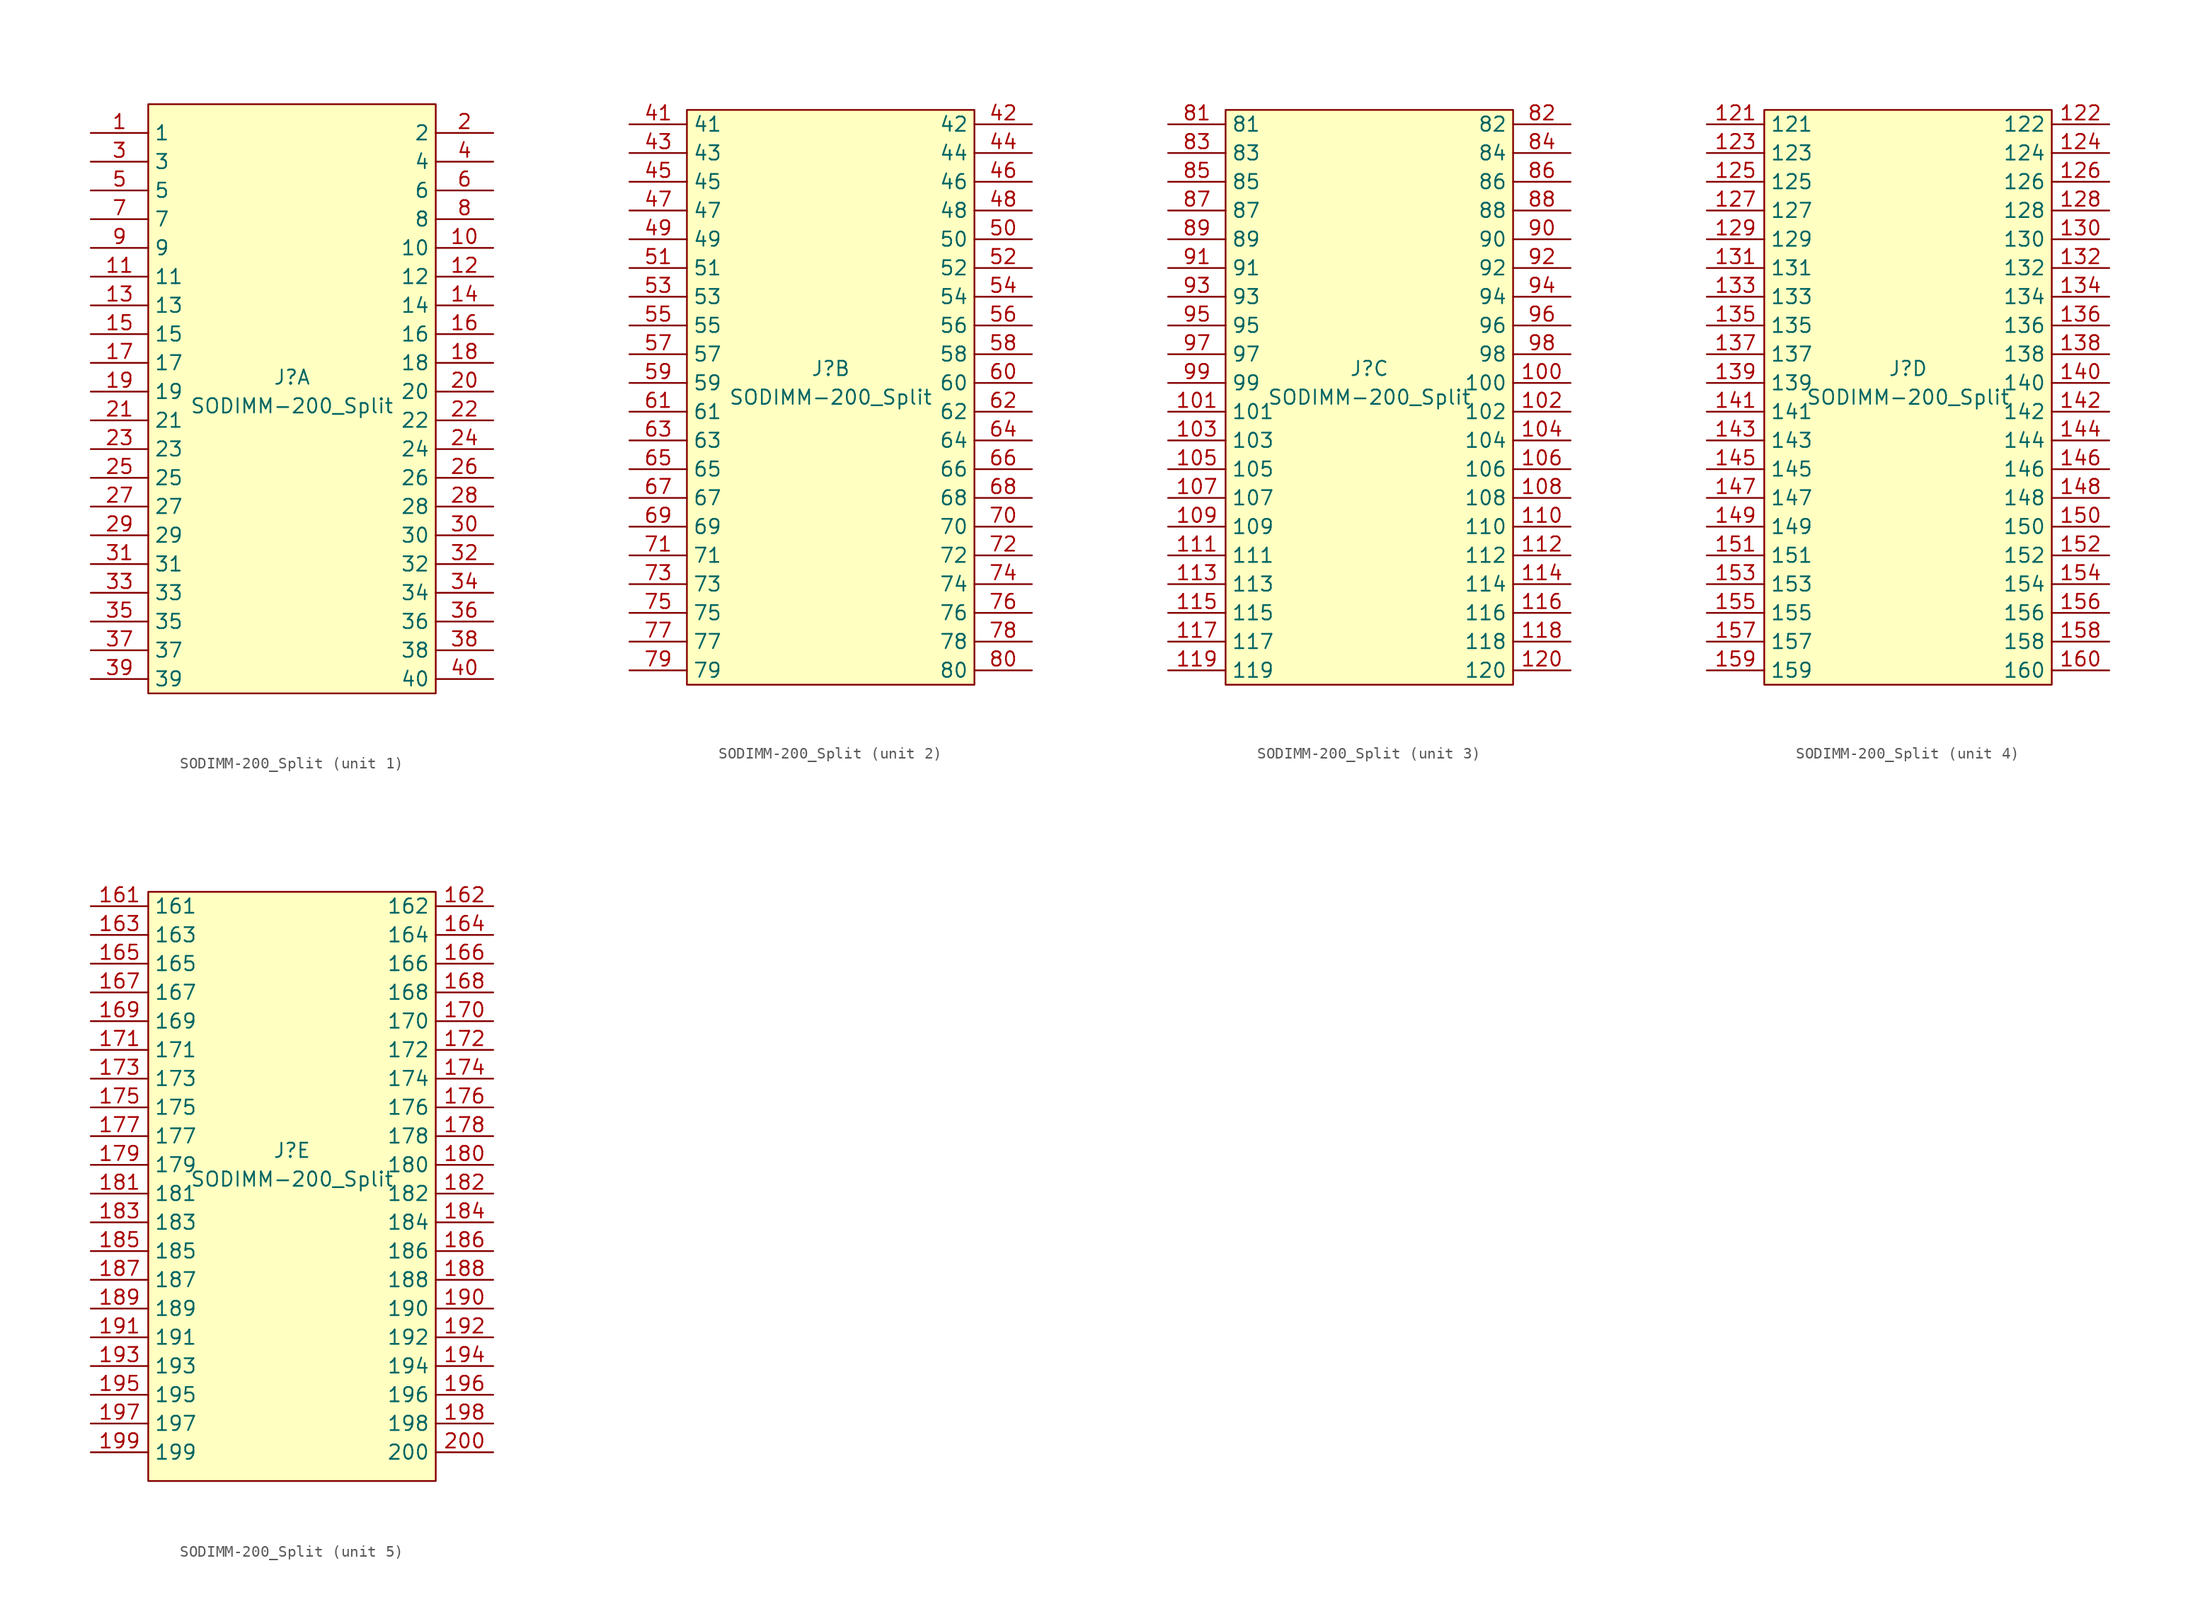
<source format=kicad_sym>
(kicad_symbol_lib
  (version 20241209)
  (generator "kicad_symbol_editor")
  (generator_version "9.0")
  (symbol "SODIMM-200_Split"
    (property "Reference" "J"
      (at 0 1.27 0)
      (effects (font (size 1.27 1.27))))
    (property "Value" "SODIMM-200_Split"
      (at 0 -1.27 0)
      (effects (font (size 1.27 1.27))))
    (property "ki_locked" ""
      (at 0 0 0)
      (effects (font (size 1.27 1.27))))
    (symbol "SODIMM-200_Split_1_1"
      (rectangle (start -12.7 25.4) (end 12.7 -26.67) (stroke (width 0) (type default)) (fill (type background)))
      (pin passive line (at -17.78 22.86 0) (length 5.08) (name "1" (effects (font (size 1.27 1.27)))) (number "1" (effects (font (size 1.27 1.27)))))
      (pin passive line (at -17.78 20.32 0) (length 5.08) (name "3" (effects (font (size 1.27 1.27)))) (number "3" (effects (font (size 1.27 1.27)))))
      (pin passive line (at -17.78 17.78 0) (length 5.08) (name "5" (effects (font (size 1.27 1.27)))) (number "5" (effects (font (size 1.27 1.27)))))
      (pin passive line (at -17.78 15.24 0) (length 5.08) (name "7" (effects (font (size 1.27 1.27)))) (number "7" (effects (font (size 1.27 1.27)))))
      (pin passive line (at -17.78 12.7 0) (length 5.08) (name "9" (effects (font (size 1.27 1.27)))) (number "9" (effects (font (size 1.27 1.27)))))
      (pin passive line (at -17.78 10.16 0) (length 5.08) (name "11" (effects (font (size 1.27 1.27)))) (number "11" (effects (font (size 1.27 1.27)))))
      (pin passive line (at -17.78 7.62 0) (length 5.08) (name "13" (effects (font (size 1.27 1.27)))) (number "13" (effects (font (size 1.27 1.27)))))
      (pin passive line (at -17.78 5.08 0) (length 5.08) (name "15" (effects (font (size 1.27 1.27)))) (number "15" (effects (font (size 1.27 1.27)))))
      (pin passive line (at -17.78 2.54 0) (length 5.08) (name "17" (effects (font (size 1.27 1.27)))) (number "17" (effects (font (size 1.27 1.27)))))
      (pin passive line (at -17.78 0 0) (length 5.08) (name "19" (effects (font (size 1.27 1.27)))) (number "19" (effects (font (size 1.27 1.27)))))
      (pin passive line (at -17.78 -2.54 0) (length 5.08) (name "21" (effects (font (size 1.27 1.27)))) (number "21" (effects (font (size 1.27 1.27)))))
      (pin passive line (at -17.78 -5.08 0) (length 5.08) (name "23" (effects (font (size 1.27 1.27)))) (number "23" (effects (font (size 1.27 1.27)))))
      (pin passive line (at -17.78 -7.62 0) (length 5.08) (name "25" (effects (font (size 1.27 1.27)))) (number "25" (effects (font (size 1.27 1.27)))))
      (pin passive line (at -17.78 -10.16 0) (length 5.08) (name "27" (effects (font (size 1.27 1.27)))) (number "27" (effects (font (size 1.27 1.27)))))
      (pin passive line (at -17.78 -12.7 0) (length 5.08) (name "29" (effects (font (size 1.27 1.27)))) (number "29" (effects (font (size 1.27 1.27)))))
      (pin passive line (at -17.78 -15.24 0) (length 5.08) (name "31" (effects (font (size 1.27 1.27)))) (number "31" (effects (font (size 1.27 1.27)))))
      (pin passive line (at -17.78 -17.78 0) (length 5.08) (name "33" (effects (font (size 1.27 1.27)))) (number "33" (effects (font (size 1.27 1.27)))))
      (pin passive line (at -17.78 -20.32 0) (length 5.08) (name "35" (effects (font (size 1.27 1.27)))) (number "35" (effects (font (size 1.27 1.27)))))
      (pin passive line (at -17.78 -22.86 0) (length 5.08) (name "37" (effects (font (size 1.27 1.27)))) (number "37" (effects (font (size 1.27 1.27)))))
      (pin passive line (at -17.78 -25.4 0) (length 5.08) (name "39" (effects (font (size 1.27 1.27)))) (number "39" (effects (font (size 1.27 1.27)))))
      (pin passive line (at 17.78 22.86 180) (length 5.08) (name "2" (effects (font (size 1.27 1.27)))) (number "2" (effects (font (size 1.27 1.27)))))
      (pin passive line (at 17.78 20.32 180) (length 5.08) (name "4" (effects (font (size 1.27 1.27)))) (number "4" (effects (font (size 1.27 1.27)))))
      (pin passive line (at 17.78 17.78 180) (length 5.08) (name "6" (effects (font (size 1.27 1.27)))) (number "6" (effects (font (size 1.27 1.27)))))
      (pin passive line (at 17.78 15.24 180) (length 5.08) (name "8" (effects (font (size 1.27 1.27)))) (number "8" (effects (font (size 1.27 1.27)))))
      (pin passive line (at 17.78 12.7 180) (length 5.08) (name "10" (effects (font (size 1.27 1.27)))) (number "10" (effects (font (size 1.27 1.27)))))
      (pin passive line (at 17.78 10.16 180) (length 5.08) (name "12" (effects (font (size 1.27 1.27)))) (number "12" (effects (font (size 1.27 1.27)))))
      (pin passive line (at 17.78 7.62 180) (length 5.08) (name "14" (effects (font (size 1.27 1.27)))) (number "14" (effects (font (size 1.27 1.27)))))
      (pin passive line (at 17.78 5.08 180) (length 5.08) (name "16" (effects (font (size 1.27 1.27)))) (number "16" (effects (font (size 1.27 1.27)))))
      (pin passive line (at 17.78 2.54 180) (length 5.08) (name "18" (effects (font (size 1.27 1.27)))) (number "18" (effects (font (size 1.27 1.27)))))
      (pin passive line (at 17.78 0 180) (length 5.08) (name "20" (effects (font (size 1.27 1.27)))) (number "20" (effects (font (size 1.27 1.27)))))
      (pin passive line (at 17.78 -2.54 180) (length 5.08) (name "22" (effects (font (size 1.27 1.27)))) (number "22" (effects (font (size 1.27 1.27)))))
      (pin passive line (at 17.78 -5.08 180) (length 5.08) (name "24" (effects (font (size 1.27 1.27)))) (number "24" (effects (font (size 1.27 1.27)))))
      (pin passive line (at 17.78 -7.62 180) (length 5.08) (name "26" (effects (font (size 1.27 1.27)))) (number "26" (effects (font (size 1.27 1.27)))))
      (pin passive line (at 17.78 -10.16 180) (length 5.08) (name "28" (effects (font (size 1.27 1.27)))) (number "28" (effects (font (size 1.27 1.27)))))
      (pin passive line (at 17.78 -12.7 180) (length 5.08) (name "30" (effects (font (size 1.27 1.27)))) (number "30" (effects (font (size 1.27 1.27)))))
      (pin passive line (at 17.78 -15.24 180) (length 5.08) (name "32" (effects (font (size 1.27 1.27)))) (number "32" (effects (font (size 1.27 1.27)))))
      (pin passive line (at 17.78 -17.78 180) (length 5.08) (name "34" (effects (font (size 1.27 1.27)))) (number "34" (effects (font (size 1.27 1.27)))))
      (pin passive line (at 17.78 -20.32 180) (length 5.08) (name "36" (effects (font (size 1.27 1.27)))) (number "36" (effects (font (size 1.27 1.27)))))
      (pin passive line (at 17.78 -22.86 180) (length 5.08) (name "38" (effects (font (size 1.27 1.27)))) (number "38" (effects (font (size 1.27 1.27)))))
      (pin passive line (at 17.78 -25.4 180) (length 5.08) (name "40" (effects (font (size 1.27 1.27)))) (number "40" (effects (font (size 1.27 1.27))))))
    (symbol "SODIMM-200_Split_2_1"
      (rectangle (start -12.7 -26.67) (end 12.7 24.13) (stroke (width 0) (type default)) (fill (type background)))
      (pin passive line (at -17.78 22.86 0) (length 5.08) (name "41" (effects (font (size 1.27 1.27)))) (number "41" (effects (font (size 1.27 1.27)))))
      (pin passive line (at -17.78 20.32 0) (length 5.08) (name "43" (effects (font (size 1.27 1.27)))) (number "43" (effects (font (size 1.27 1.27)))))
      (pin passive line (at -17.78 17.78 0) (length 5.08) (name "45" (effects (font (size 1.27 1.27)))) (number "45" (effects (font (size 1.27 1.27)))))
      (pin passive line (at -17.78 15.24 0) (length 5.08) (name "47" (effects (font (size 1.27 1.27)))) (number "47" (effects (font (size 1.27 1.27)))))
      (pin passive line (at -17.78 12.7 0) (length 5.08) (name "49" (effects (font (size 1.27 1.27)))) (number "49" (effects (font (size 1.27 1.27)))))
      (pin passive line (at -17.78 10.16 0) (length 5.08) (name "51" (effects (font (size 1.27 1.27)))) (number "51" (effects (font (size 1.27 1.27)))))
      (pin passive line (at -17.78 7.62 0) (length 5.08) (name "53" (effects (font (size 1.27 1.27)))) (number "53" (effects (font (size 1.27 1.27)))))
      (pin passive line (at -17.78 5.08 0) (length 5.08) (name "55" (effects (font (size 1.27 1.27)))) (number "55" (effects (font (size 1.27 1.27)))))
      (pin passive line (at -17.78 2.54 0) (length 5.08) (name "57" (effects (font (size 1.27 1.27)))) (number "57" (effects (font (size 1.27 1.27)))))
      (pin passive line (at -17.78 0 0) (length 5.08) (name "59" (effects (font (size 1.27 1.27)))) (number "59" (effects (font (size 1.27 1.27)))))
      (pin passive line (at -17.78 -2.54 0) (length 5.08) (name "61" (effects (font (size 1.27 1.27)))) (number "61" (effects (font (size 1.27 1.27)))))
      (pin passive line (at -17.78 -5.08 0) (length 5.08) (name "63" (effects (font (size 1.27 1.27)))) (number "63" (effects (font (size 1.27 1.27)))))
      (pin passive line (at -17.78 -7.62 0) (length 5.08) (name "65" (effects (font (size 1.27 1.27)))) (number "65" (effects (font (size 1.27 1.27)))))
      (pin passive line (at -17.78 -10.16 0) (length 5.08) (name "67" (effects (font (size 1.27 1.27)))) (number "67" (effects (font (size 1.27 1.27)))))
      (pin passive line (at -17.78 -12.7 0) (length 5.08) (name "69" (effects (font (size 1.27 1.27)))) (number "69" (effects (font (size 1.27 1.27)))))
      (pin passive line (at -17.78 -15.24 0) (length 5.08) (name "71" (effects (font (size 1.27 1.27)))) (number "71" (effects (font (size 1.27 1.27)))))
      (pin passive line (at -17.78 -17.78 0) (length 5.08) (name "73" (effects (font (size 1.27 1.27)))) (number "73" (effects (font (size 1.27 1.27)))))
      (pin passive line (at -17.78 -20.32 0) (length 5.08) (name "75" (effects (font (size 1.27 1.27)))) (number "75" (effects (font (size 1.27 1.27)))))
      (pin passive line (at -17.78 -22.86 0) (length 5.08) (name "77" (effects (font (size 1.27 1.27)))) (number "77" (effects (font (size 1.27 1.27)))))
      (pin passive line (at -17.78 -25.4 0) (length 5.08) (name "79" (effects (font (size 1.27 1.27)))) (number "79" (effects (font (size 1.27 1.27)))))
      (pin passive line (at 17.78 22.86 180) (length 5.08) (name "42" (effects (font (size 1.27 1.27)))) (number "42" (effects (font (size 1.27 1.27)))))
      (pin passive line (at 17.78 20.32 180) (length 5.08) (name "44" (effects (font (size 1.27 1.27)))) (number "44" (effects (font (size 1.27 1.27)))))
      (pin passive line (at 17.78 17.78 180) (length 5.08) (name "46" (effects (font (size 1.27 1.27)))) (number "46" (effects (font (size 1.27 1.27)))))
      (pin passive line (at 17.78 15.24 180) (length 5.08) (name "48" (effects (font (size 1.27 1.27)))) (number "48" (effects (font (size 1.27 1.27)))))
      (pin passive line (at 17.78 12.7 180) (length 5.08) (name "50" (effects (font (size 1.27 1.27)))) (number "50" (effects (font (size 1.27 1.27)))))
      (pin passive line (at 17.78 10.16 180) (length 5.08) (name "52" (effects (font (size 1.27 1.27)))) (number "52" (effects (font (size 1.27 1.27)))))
      (pin passive line (at 17.78 7.62 180) (length 5.08) (name "54" (effects (font (size 1.27 1.27)))) (number "54" (effects (font (size 1.27 1.27)))))
      (pin passive line (at 17.78 5.08 180) (length 5.08) (name "56" (effects (font (size 1.27 1.27)))) (number "56" (effects (font (size 1.27 1.27)))))
      (pin passive line (at 17.78 2.54 180) (length 5.08) (name "58" (effects (font (size 1.27 1.27)))) (number "58" (effects (font (size 1.27 1.27)))))
      (pin passive line (at 17.78 0 180) (length 5.08) (name "60" (effects (font (size 1.27 1.27)))) (number "60" (effects (font (size 1.27 1.27)))))
      (pin passive line (at 17.78 -2.54 180) (length 5.08) (name "62" (effects (font (size 1.27 1.27)))) (number "62" (effects (font (size 1.27 1.27)))))
      (pin passive line (at 17.78 -5.08 180) (length 5.08) (name "64" (effects (font (size 1.27 1.27)))) (number "64" (effects (font (size 1.27 1.27)))))
      (pin passive line (at 17.78 -7.62 180) (length 5.08) (name "66" (effects (font (size 1.27 1.27)))) (number "66" (effects (font (size 1.27 1.27)))))
      (pin passive line (at 17.78 -10.16 180) (length 5.08) (name "68" (effects (font (size 1.27 1.27)))) (number "68" (effects (font (size 1.27 1.27)))))
      (pin passive line (at 17.78 -12.7 180) (length 5.08) (name "70" (effects (font (size 1.27 1.27)))) (number "70" (effects (font (size 1.27 1.27)))))
      (pin passive line (at 17.78 -15.24 180) (length 5.08) (name "72" (effects (font (size 1.27 1.27)))) (number "72" (effects (font (size 1.27 1.27)))))
      (pin passive line (at 17.78 -17.78 180) (length 5.08) (name "74" (effects (font (size 1.27 1.27)))) (number "74" (effects (font (size 1.27 1.27)))))
      (pin passive line (at 17.78 -20.32 180) (length 5.08) (name "76" (effects (font (size 1.27 1.27)))) (number "76" (effects (font (size 1.27 1.27)))))
      (pin passive line (at 17.78 -22.86 180) (length 5.08) (name "78" (effects (font (size 1.27 1.27)))) (number "78" (effects (font (size 1.27 1.27)))))
      (pin passive line (at 17.78 -25.4 180) (length 5.08) (name "80" (effects (font (size 1.27 1.27)))) (number "80" (effects (font (size 1.27 1.27))))))
    (symbol "SODIMM-200_Split_3_1"
      (rectangle (start -12.7 24.13) (end 12.7 -26.67) (stroke (width 0) (type default)) (fill (type background)))
      (pin passive line (at -17.78 22.86 0) (length 5.08) (name "81" (effects (font (size 1.27 1.27)))) (number "81" (effects (font (size 1.27 1.27)))))
      (pin passive line (at -17.78 20.32 0) (length 5.08) (name "83" (effects (font (size 1.27 1.27)))) (number "83" (effects (font (size 1.27 1.27)))))
      (pin passive line (at -17.78 17.78 0) (length 5.08) (name "85" (effects (font (size 1.27 1.27)))) (number "85" (effects (font (size 1.27 1.27)))))
      (pin passive line (at -17.78 15.24 0) (length 5.08) (name "87" (effects (font (size 1.27 1.27)))) (number "87" (effects (font (size 1.27 1.27)))))
      (pin passive line (at -17.78 12.7 0) (length 5.08) (name "89" (effects (font (size 1.27 1.27)))) (number "89" (effects (font (size 1.27 1.27)))))
      (pin passive line (at -17.78 10.16 0) (length 5.08) (name "91" (effects (font (size 1.27 1.27)))) (number "91" (effects (font (size 1.27 1.27)))))
      (pin passive line (at -17.78 7.62 0) (length 5.08) (name "93" (effects (font (size 1.27 1.27)))) (number "93" (effects (font (size 1.27 1.27)))))
      (pin passive line (at -17.78 5.08 0) (length 5.08) (name "95" (effects (font (size 1.27 1.27)))) (number "95" (effects (font (size 1.27 1.27)))))
      (pin passive line (at -17.78 2.54 0) (length 5.08) (name "97" (effects (font (size 1.27 1.27)))) (number "97" (effects (font (size 1.27 1.27)))))
      (pin passive line (at -17.78 0 0) (length 5.08) (name "99" (effects (font (size 1.27 1.27)))) (number "99" (effects (font (size 1.27 1.27)))))
      (pin passive line (at -17.78 -2.54 0) (length 5.08) (name "101" (effects (font (size 1.27 1.27)))) (number "101" (effects (font (size 1.27 1.27)))))
      (pin passive line (at -17.78 -5.08 0) (length 5.08) (name "103" (effects (font (size 1.27 1.27)))) (number "103" (effects (font (size 1.27 1.27)))))
      (pin passive line (at -17.78 -7.62 0) (length 5.08) (name "105" (effects (font (size 1.27 1.27)))) (number "105" (effects (font (size 1.27 1.27)))))
      (pin passive line (at -17.78 -10.16 0) (length 5.08) (name "107" (effects (font (size 1.27 1.27)))) (number "107" (effects (font (size 1.27 1.27)))))
      (pin passive line (at -17.78 -12.7 0) (length 5.08) (name "109" (effects (font (size 1.27 1.27)))) (number "109" (effects (font (size 1.27 1.27)))))
      (pin passive line (at -17.78 -15.24 0) (length 5.08) (name "111" (effects (font (size 1.27 1.27)))) (number "111" (effects (font (size 1.27 1.27)))))
      (pin passive line (at -17.78 -17.78 0) (length 5.08) (name "113" (effects (font (size 1.27 1.27)))) (number "113" (effects (font (size 1.27 1.27)))))
      (pin passive line (at -17.78 -20.32 0) (length 5.08) (name "115" (effects (font (size 1.27 1.27)))) (number "115" (effects (font (size 1.27 1.27)))))
      (pin passive line (at -17.78 -22.86 0) (length 5.08) (name "117" (effects (font (size 1.27 1.27)))) (number "117" (effects (font (size 1.27 1.27)))))
      (pin passive line (at -17.78 -25.4 0) (length 5.08) (name "119" (effects (font (size 1.27 1.27)))) (number "119" (effects (font (size 1.27 1.27)))))
      (pin passive line (at 17.78 22.86 180) (length 5.08) (name "82" (effects (font (size 1.27 1.27)))) (number "82" (effects (font (size 1.27 1.27)))))
      (pin passive line (at 17.78 20.32 180) (length 5.08) (name "84" (effects (font (size 1.27 1.27)))) (number "84" (effects (font (size 1.27 1.27)))))
      (pin passive line (at 17.78 17.78 180) (length 5.08) (name "86" (effects (font (size 1.27 1.27)))) (number "86" (effects (font (size 1.27 1.27)))))
      (pin passive line (at 17.78 15.24 180) (length 5.08) (name "88" (effects (font (size 1.27 1.27)))) (number "88" (effects (font (size 1.27 1.27)))))
      (pin passive line (at 17.78 12.7 180) (length 5.08) (name "90" (effects (font (size 1.27 1.27)))) (number "90" (effects (font (size 1.27 1.27)))))
      (pin passive line (at 17.78 10.16 180) (length 5.08) (name "92" (effects (font (size 1.27 1.27)))) (number "92" (effects (font (size 1.27 1.27)))))
      (pin passive line (at 17.78 7.62 180) (length 5.08) (name "94" (effects (font (size 1.27 1.27)))) (number "94" (effects (font (size 1.27 1.27)))))
      (pin passive line (at 17.78 5.08 180) (length 5.08) (name "96" (effects (font (size 1.27 1.27)))) (number "96" (effects (font (size 1.27 1.27)))))
      (pin passive line (at 17.78 2.54 180) (length 5.08) (name "98" (effects (font (size 1.27 1.27)))) (number "98" (effects (font (size 1.27 1.27)))))
      (pin passive line (at 17.78 0 180) (length 5.08) (name "100" (effects (font (size 1.27 1.27)))) (number "100" (effects (font (size 1.27 1.27)))))
      (pin passive line (at 17.78 -2.54 180) (length 5.08) (name "102" (effects (font (size 1.27 1.27)))) (number "102" (effects (font (size 1.27 1.27)))))
      (pin passive line (at 17.78 -5.08 180) (length 5.08) (name "104" (effects (font (size 1.27 1.27)))) (number "104" (effects (font (size 1.27 1.27)))))
      (pin passive line (at 17.78 -7.62 180) (length 5.08) (name "106" (effects (font (size 1.27 1.27)))) (number "106" (effects (font (size 1.27 1.27)))))
      (pin passive line (at 17.78 -10.16 180) (length 5.08) (name "108" (effects (font (size 1.27 1.27)))) (number "108" (effects (font (size 1.27 1.27)))))
      (pin passive line (at 17.78 -12.7 180) (length 5.08) (name "110" (effects (font (size 1.27 1.27)))) (number "110" (effects (font (size 1.27 1.27)))))
      (pin passive line (at 17.78 -15.24 180) (length 5.08) (name "112" (effects (font (size 1.27 1.27)))) (number "112" (effects (font (size 1.27 1.27)))))
      (pin passive line (at 17.78 -17.78 180) (length 5.08) (name "114" (effects (font (size 1.27 1.27)))) (number "114" (effects (font (size 1.27 1.27)))))
      (pin passive line (at 17.78 -20.32 180) (length 5.08) (name "116" (effects (font (size 1.27 1.27)))) (number "116" (effects (font (size 1.27 1.27)))))
      (pin passive line (at 17.78 -22.86 180) (length 5.08) (name "118" (effects (font (size 1.27 1.27)))) (number "118" (effects (font (size 1.27 1.27)))))
      (pin passive line (at 17.78 -25.4 180) (length 5.08) (name "120" (effects (font (size 1.27 1.27)))) (number "120" (effects (font (size 1.27 1.27))))))
    (symbol "SODIMM-200_Split_4_1"
      (rectangle (start -12.7 24.13) (end 12.7 -26.67) (stroke (width 0) (type default)) (fill (type background)))
      (pin passive line (at -17.78 22.86 0) (length 5.08) (name "121" (effects (font (size 1.27 1.27)))) (number "121" (effects (font (size 1.27 1.27)))))
      (pin passive line (at -17.78 20.32 0) (length 5.08) (name "123" (effects (font (size 1.27 1.27)))) (number "123" (effects (font (size 1.27 1.27)))))
      (pin passive line (at -17.78 17.78 0) (length 5.08) (name "125" (effects (font (size 1.27 1.27)))) (number "125" (effects (font (size 1.27 1.27)))))
      (pin passive line (at -17.78 15.24 0) (length 5.08) (name "127" (effects (font (size 1.27 1.27)))) (number "127" (effects (font (size 1.27 1.27)))))
      (pin passive line (at -17.78 12.7 0) (length 5.08) (name "129" (effects (font (size 1.27 1.27)))) (number "129" (effects (font (size 1.27 1.27)))))
      (pin passive line (at -17.78 10.16 0) (length 5.08) (name "131" (effects (font (size 1.27 1.27)))) (number "131" (effects (font (size 1.27 1.27)))))
      (pin passive line (at -17.78 7.62 0) (length 5.08) (name "133" (effects (font (size 1.27 1.27)))) (number "133" (effects (font (size 1.27 1.27)))))
      (pin passive line (at -17.78 5.08 0) (length 5.08) (name "135" (effects (font (size 1.27 1.27)))) (number "135" (effects (font (size 1.27 1.27)))))
      (pin passive line (at -17.78 2.54 0) (length 5.08) (name "137" (effects (font (size 1.27 1.27)))) (number "137" (effects (font (size 1.27 1.27)))))
      (pin passive line (at -17.78 0 0) (length 5.08) (name "139" (effects (font (size 1.27 1.27)))) (number "139" (effects (font (size 1.27 1.27)))))
      (pin passive line (at -17.78 -2.54 0) (length 5.08) (name "141" (effects (font (size 1.27 1.27)))) (number "141" (effects (font (size 1.27 1.27)))))
      (pin passive line (at -17.78 -5.08 0) (length 5.08) (name "143" (effects (font (size 1.27 1.27)))) (number "143" (effects (font (size 1.27 1.27)))))
      (pin passive line (at -17.78 -7.62 0) (length 5.08) (name "145" (effects (font (size 1.27 1.27)))) (number "145" (effects (font (size 1.27 1.27)))))
      (pin passive line (at -17.78 -10.16 0) (length 5.08) (name "147" (effects (font (size 1.27 1.27)))) (number "147" (effects (font (size 1.27 1.27)))))
      (pin passive line (at -17.78 -12.7 0) (length 5.08) (name "149" (effects (font (size 1.27 1.27)))) (number "149" (effects (font (size 1.27 1.27)))))
      (pin passive line (at -17.78 -15.24 0) (length 5.08) (name "151" (effects (font (size 1.27 1.27)))) (number "151" (effects (font (size 1.27 1.27)))))
      (pin passive line (at -17.78 -17.78 0) (length 5.08) (name "153" (effects (font (size 1.27 1.27)))) (number "153" (effects (font (size 1.27 1.27)))))
      (pin passive line (at -17.78 -20.32 0) (length 5.08) (name "155" (effects (font (size 1.27 1.27)))) (number "155" (effects (font (size 1.27 1.27)))))
      (pin passive line (at -17.78 -22.86 0) (length 5.08) (name "157" (effects (font (size 1.27 1.27)))) (number "157" (effects (font (size 1.27 1.27)))))
      (pin passive line (at -17.78 -25.4 0) (length 5.08) (name "159" (effects (font (size 1.27 1.27)))) (number "159" (effects (font (size 1.27 1.27)))))
      (pin passive line (at 17.78 22.86 180) (length 5.08) (name "122" (effects (font (size 1.27 1.27)))) (number "122" (effects (font (size 1.27 1.27)))))
      (pin passive line (at 17.78 20.32 180) (length 5.08) (name "124" (effects (font (size 1.27 1.27)))) (number "124" (effects (font (size 1.27 1.27)))))
      (pin passive line (at 17.78 17.78 180) (length 5.08) (name "126" (effects (font (size 1.27 1.27)))) (number "126" (effects (font (size 1.27 1.27)))))
      (pin passive line (at 17.78 15.24 180) (length 5.08) (name "128" (effects (font (size 1.27 1.27)))) (number "128" (effects (font (size 1.27 1.27)))))
      (pin passive line (at 17.78 12.7 180) (length 5.08) (name "130" (effects (font (size 1.27 1.27)))) (number "130" (effects (font (size 1.27 1.27)))))
      (pin passive line (at 17.78 10.16 180) (length 5.08) (name "132" (effects (font (size 1.27 1.27)))) (number "132" (effects (font (size 1.27 1.27)))))
      (pin passive line (at 17.78 7.62 180) (length 5.08) (name "134" (effects (font (size 1.27 1.27)))) (number "134" (effects (font (size 1.27 1.27)))))
      (pin passive line (at 17.78 5.08 180) (length 5.08) (name "136" (effects (font (size 1.27 1.27)))) (number "136" (effects (font (size 1.27 1.27)))))
      (pin passive line (at 17.78 2.54 180) (length 5.08) (name "138" (effects (font (size 1.27 1.27)))) (number "138" (effects (font (size 1.27 1.27)))))
      (pin passive line (at 17.78 0 180) (length 5.08) (name "140" (effects (font (size 1.27 1.27)))) (number "140" (effects (font (size 1.27 1.27)))))
      (pin passive line (at 17.78 -2.54 180) (length 5.08) (name "142" (effects (font (size 1.27 1.27)))) (number "142" (effects (font (size 1.27 1.27)))))
      (pin passive line (at 17.78 -5.08 180) (length 5.08) (name "144" (effects (font (size 1.27 1.27)))) (number "144" (effects (font (size 1.27 1.27)))))
      (pin passive line (at 17.78 -7.62 180) (length 5.08) (name "146" (effects (font (size 1.27 1.27)))) (number "146" (effects (font (size 1.27 1.27)))))
      (pin passive line (at 17.78 -10.16 180) (length 5.08) (name "148" (effects (font (size 1.27 1.27)))) (number "148" (effects (font (size 1.27 1.27)))))
      (pin passive line (at 17.78 -12.7 180) (length 5.08) (name "150" (effects (font (size 1.27 1.27)))) (number "150" (effects (font (size 1.27 1.27)))))
      (pin passive line (at 17.78 -15.24 180) (length 5.08) (name "152" (effects (font (size 1.27 1.27)))) (number "152" (effects (font (size 1.27 1.27)))))
      (pin passive line (at 17.78 -17.78 180) (length 5.08) (name "154" (effects (font (size 1.27 1.27)))) (number "154" (effects (font (size 1.27 1.27)))))
      (pin passive line (at 17.78 -20.32 180) (length 5.08) (name "156" (effects (font (size 1.27 1.27)))) (number "156" (effects (font (size 1.27 1.27)))))
      (pin passive line (at 17.78 -22.86 180) (length 5.08) (name "158" (effects (font (size 1.27 1.27)))) (number "158" (effects (font (size 1.27 1.27)))))
      (pin passive line (at 17.78 -25.4 180) (length 5.08) (name "160" (effects (font (size 1.27 1.27)))) (number "160" (effects (font (size 1.27 1.27))))))
    (symbol "SODIMM-200_Split_5_1"
      (rectangle (start -12.7 24.13) (end 12.7 -27.94) (stroke (width 0) (type default)) (fill (type background)))
      (pin passive line (at -17.78 22.86 0) (length 5.08) (name "161" (effects (font (size 1.27 1.27)))) (number "161" (effects (font (size 1.27 1.27)))))
      (pin passive line (at -17.78 20.32 0) (length 5.08) (name "163" (effects (font (size 1.27 1.27)))) (number "163" (effects (font (size 1.27 1.27)))))
      (pin passive line (at -17.78 17.78 0) (length 5.08) (name "165" (effects (font (size 1.27 1.27)))) (number "165" (effects (font (size 1.27 1.27)))))
      (pin passive line (at -17.78 15.24 0) (length 5.08) (name "167" (effects (font (size 1.27 1.27)))) (number "167" (effects (font (size 1.27 1.27)))))
      (pin passive line (at -17.78 12.7 0) (length 5.08) (name "169" (effects (font (size 1.27 1.27)))) (number "169" (effects (font (size 1.27 1.27)))))
      (pin passive line (at -17.78 10.16 0) (length 5.08) (name "171" (effects (font (size 1.27 1.27)))) (number "171" (effects (font (size 1.27 1.27)))))
      (pin passive line (at -17.78 7.62 0) (length 5.08) (name "173" (effects (font (size 1.27 1.27)))) (number "173" (effects (font (size 1.27 1.27)))))
      (pin passive line (at -17.78 5.08 0) (length 5.08) (name "175" (effects (font (size 1.27 1.27)))) (number "175" (effects (font (size 1.27 1.27)))))
      (pin passive line (at -17.78 2.54 0) (length 5.08) (name "177" (effects (font (size 1.27 1.27)))) (number "177" (effects (font (size 1.27 1.27)))))
      (pin passive line (at -17.78 0 0) (length 5.08) (name "179" (effects (font (size 1.27 1.27)))) (number "179" (effects (font (size 1.27 1.27)))))
      (pin passive line (at -17.78 -2.54 0) (length 5.08) (name "181" (effects (font (size 1.27 1.27)))) (number "181" (effects (font (size 1.27 1.27)))))
      (pin passive line (at -17.78 -5.08 0) (length 5.08) (name "183" (effects (font (size 1.27 1.27)))) (number "183" (effects (font (size 1.27 1.27)))))
      (pin passive line (at -17.78 -7.62 0) (length 5.08) (name "185" (effects (font (size 1.27 1.27)))) (number "185" (effects (font (size 1.27 1.27)))))
      (pin passive line (at -17.78 -10.16 0) (length 5.08) (name "187" (effects (font (size 1.27 1.27)))) (number "187" (effects (font (size 1.27 1.27)))))
      (pin passive line (at -17.78 -12.7 0) (length 5.08) (name "189" (effects (font (size 1.27 1.27)))) (number "189" (effects (font (size 1.27 1.27)))))
      (pin passive line (at -17.78 -15.24 0) (length 5.08) (name "191" (effects (font (size 1.27 1.27)))) (number "191" (effects (font (size 1.27 1.27)))))
      (pin passive line (at -17.78 -17.78 0) (length 5.08) (name "193" (effects (font (size 1.27 1.27)))) (number "193" (effects (font (size 1.27 1.27)))))
      (pin passive line (at -17.78 -20.32 0) (length 5.08) (name "195" (effects (font (size 1.27 1.27)))) (number "195" (effects (font (size 1.27 1.27)))))
      (pin passive line (at -17.78 -22.86 0) (length 5.08) (name "197" (effects (font (size 1.27 1.27)))) (number "197" (effects (font (size 1.27 1.27)))))
      (pin passive line (at -17.78 -25.4 0) (length 5.08) (name "199" (effects (font (size 1.27 1.27)))) (number "199" (effects (font (size 1.27 1.27)))))
      (pin passive line (at 17.78 22.86 180) (length 5.08) (name "162" (effects (font (size 1.27 1.27)))) (number "162" (effects (font (size 1.27 1.27)))))
      (pin passive line (at 17.78 20.32 180) (length 5.08) (name "164" (effects (font (size 1.27 1.27)))) (number "164" (effects (font (size 1.27 1.27)))))
      (pin passive line (at 17.78 17.78 180) (length 5.08) (name "166" (effects (font (size 1.27 1.27)))) (number "166" (effects (font (size 1.27 1.27)))))
      (pin passive line (at 17.78 15.24 180) (length 5.08) (name "168" (effects (font (size 1.27 1.27)))) (number "168" (effects (font (size 1.27 1.27)))))
      (pin passive line (at 17.78 12.7 180) (length 5.08) (name "170" (effects (font (size 1.27 1.27)))) (number "170" (effects (font (size 1.27 1.27)))))
      (pin passive line (at 17.78 10.16 180) (length 5.08) (name "172" (effects (font (size 1.27 1.27)))) (number "172" (effects (font (size 1.27 1.27)))))
      (pin passive line (at 17.78 7.62 180) (length 5.08) (name "174" (effects (font (size 1.27 1.27)))) (number "174" (effects (font (size 1.27 1.27)))))
      (pin passive line (at 17.78 5.08 180) (length 5.08) (name "176" (effects (font (size 1.27 1.27)))) (number "176" (effects (font (size 1.27 1.27)))))
      (pin passive line (at 17.78 2.54 180) (length 5.08) (name "178" (effects (font (size 1.27 1.27)))) (number "178" (effects (font (size 1.27 1.27)))))
      (pin passive line (at 17.78 0 180) (length 5.08) (name "180" (effects (font (size 1.27 1.27)))) (number "180" (effects (font (size 1.27 1.27)))))
      (pin passive line (at 17.78 -2.54 180) (length 5.08) (name "182" (effects (font (size 1.27 1.27)))) (number "182" (effects (font (size 1.27 1.27)))))
      (pin passive line (at 17.78 -5.08 180) (length 5.08) (name "184" (effects (font (size 1.27 1.27)))) (number "184" (effects (font (size 1.27 1.27)))))
      (pin passive line (at 17.78 -7.62 180) (length 5.08) (name "186" (effects (font (size 1.27 1.27)))) (number "186" (effects (font (size 1.27 1.27)))))
      (pin passive line (at 17.78 -10.16 180) (length 5.08) (name "188" (effects (font (size 1.27 1.27)))) (number "188" (effects (font (size 1.27 1.27)))))
      (pin passive line (at 17.78 -12.7 180) (length 5.08) (name "190" (effects (font (size 1.27 1.27)))) (number "190" (effects (font (size 1.27 1.27)))))
      (pin passive line (at 17.78 -15.24 180) (length 5.08) (name "192" (effects (font (size 1.27 1.27)))) (number "192" (effects (font (size 1.27 1.27)))))
      (pin passive line (at 17.78 -17.78 180) (length 5.08) (name "194" (effects (font (size 1.27 1.27)))) (number "194" (effects (font (size 1.27 1.27)))))
      (pin passive line (at 17.78 -20.32 180) (length 5.08) (name "196" (effects (font (size 1.27 1.27)))) (number "196" (effects (font (size 1.27 1.27)))))
      (pin passive line (at 17.78 -22.86 180) (length 5.08) (name "198" (effects (font (size 1.27 1.27)))) (number "198" (effects (font (size 1.27 1.27)))))
      (pin passive line (at 17.78 -25.4 180) (length 5.08) (name "200" (effects (font (size 1.27 1.27)))) (number "200" (effects (font (size 1.27 1.27))))))))
</source>
